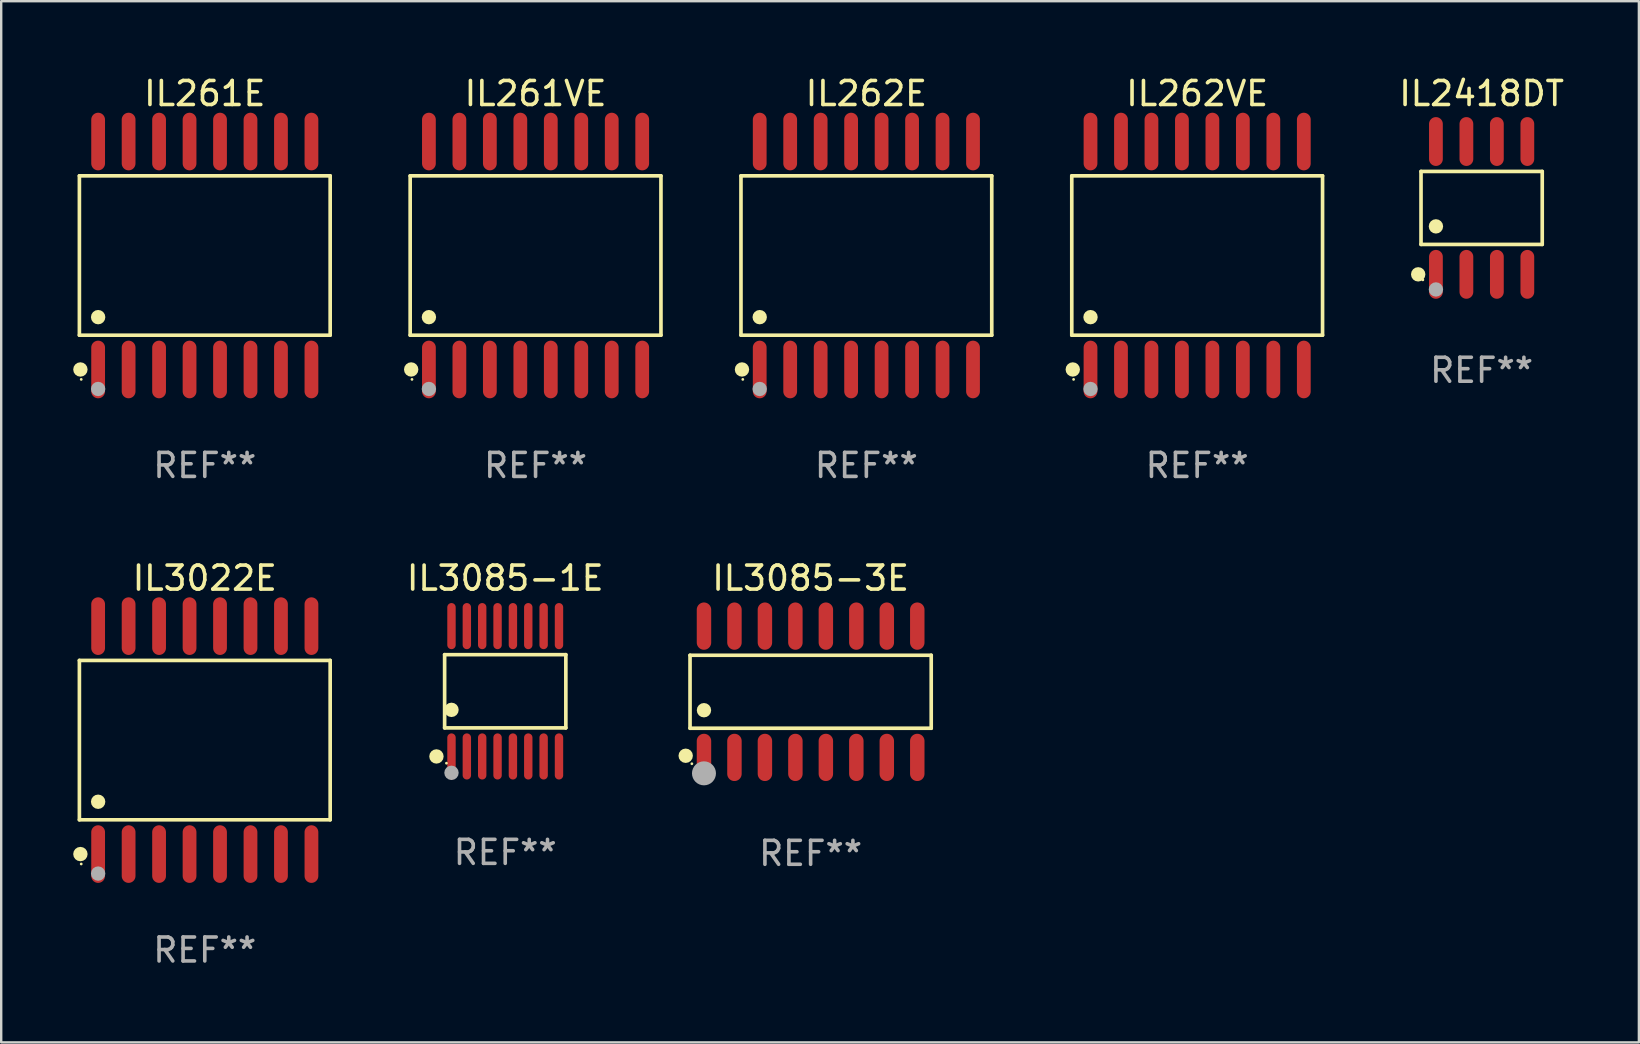
<source format=kicad_pcb>
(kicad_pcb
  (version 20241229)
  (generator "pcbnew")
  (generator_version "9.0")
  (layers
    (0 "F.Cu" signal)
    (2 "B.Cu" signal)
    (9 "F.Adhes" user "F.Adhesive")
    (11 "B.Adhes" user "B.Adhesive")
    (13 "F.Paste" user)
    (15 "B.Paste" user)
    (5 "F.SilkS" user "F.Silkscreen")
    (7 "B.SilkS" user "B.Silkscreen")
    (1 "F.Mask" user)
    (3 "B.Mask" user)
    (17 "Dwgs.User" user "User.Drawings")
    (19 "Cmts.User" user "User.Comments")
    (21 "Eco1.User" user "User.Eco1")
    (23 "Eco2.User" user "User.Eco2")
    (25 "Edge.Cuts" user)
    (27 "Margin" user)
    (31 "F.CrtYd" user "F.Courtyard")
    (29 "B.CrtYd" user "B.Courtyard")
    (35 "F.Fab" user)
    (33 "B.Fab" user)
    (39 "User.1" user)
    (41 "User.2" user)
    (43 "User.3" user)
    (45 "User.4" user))
  (footprint "IL3085-1E"
    (layer "F.Cu")
    (at 18.007 25.761)
    (property "Reference" "IL3085-1E" (at 0 -4.716 0) (layer "F.SilkS") (effects (font (size 1 1) (thickness 0.15))))
    (attr through_hole)
    (fp_line (start -2.526 -1.526) (end 2.526 -1.526) (stroke (width 0.152) (type solid)) (layer "F.SilkS"))
    (fp_line (start -2.526 1.526) (end -2.526 -1.526) (stroke (width 0.152) (type solid)) (layer "F.SilkS"))
    (fp_line (start 2.526 -1.526) (end 2.526 1.526) (stroke (width 0.152) (type solid)) (layer "F.SilkS"))
    (fp_line (start 2.526 1.526) (end -2.526 1.526) (stroke (width 0.152) (type solid)) (layer "F.SilkS"))
    (fp_circle (center -2.867 2.716) (end -2.717 2.716) (stroke (width 0.3) (type solid)) (fill no) (layer "F.SilkS"))
    (fp_circle (center -2.45 2.997) (end -2.42 2.997) (stroke (width 0.06) (type solid)) (fill no) (layer "F.SilkS"))
    (fp_circle (center -2.24 0.774) (end -2.09 0.774) (stroke (width 0.3) (type solid)) (fill no) (layer "F.SilkS"))
    (fp_circle (center -2.24 3.398) (end -2.09 3.398) (stroke (width 0.3) (type solid)) (fill no) (layer "F.Fab"))
    (fp_text user "REF**" (at 0 6.716 0) (layer "F.Fab") (effects (font (size 1 1) (thickness 0.15))))
    (pad "1" smd oval (at -2.24 2.716) (size 0.35 1.922) (layers "F.Cu" "F.Mask" "F.Paste"))
    (pad "2" smd oval (at -1.6 2.716) (size 0.35 1.922) (layers "F.Cu" "F.Mask" "F.Paste"))
    (pad "3" smd oval (at -0.96 2.716) (size 0.35 1.922) (layers "F.Cu" "F.Mask" "F.Paste"))
    (pad "4" smd oval (at -0.32 2.716) (size 0.35 1.922) (layers "F.Cu" "F.Mask" "F.Paste"))
    (pad "5" smd oval (at 0.32 2.716) (size 0.35 1.922) (layers "F.Cu" "F.Mask" "F.Paste"))
    (pad "6" smd oval (at 0.96 2.716) (size 0.35 1.922) (layers "F.Cu" "F.Mask" "F.Paste"))
    (pad "7" smd oval (at 1.6 2.716) (size 0.35 1.922) (layers "F.Cu" "F.Mask" "F.Paste"))
    (pad "8" smd oval (at 2.24 2.716) (size 0.35 1.922) (layers "F.Cu" "F.Mask" "F.Paste"))
    (pad "9" smd oval (at 2.24 -2.716) (size 0.35 1.922) (layers "F.Cu" "F.Mask" "F.Paste"))
    (pad "10" smd oval (at 1.6 -2.716) (size 0.35 1.922) (layers "F.Cu" "F.Mask" "F.Paste"))
    (pad "11" smd oval (at 0.96 -2.716) (size 0.35 1.922) (layers "F.Cu" "F.Mask" "F.Paste"))
    (pad "12" smd oval (at 0.32 -2.716) (size 0.35 1.922) (layers "F.Cu" "F.Mask" "F.Paste"))
    (pad "13" smd oval (at -0.32 -2.716) (size 0.35 1.922) (layers "F.Cu" "F.Mask" "F.Paste"))
    (pad "14" smd oval (at -0.96 -2.716) (size 0.35 1.922) (layers "F.Cu" "F.Mask" "F.Paste"))
    (pad "15" smd oval (at -1.6 -2.716) (size 0.35 1.922) (layers "F.Cu" "F.Mask" "F.Paste"))
    (pad "16" smd oval (at -2.24 -2.716) (size 0.35 1.922) (layers "F.Cu" "F.Mask" "F.Paste")))
  (footprint "IL3085-3E"
    (layer "F.Cu")
    (at 30.735 25.781)
    (property "Reference" "IL3085-3E" (at 0 -4.736 0) (layer "F.SilkS") (effects (font (size 1 1) (thickness 0.15))))
    (attr through_hole)
    (fp_line (start -5.026 -1.521) (end 5.026 -1.521) (stroke (width 0.152) (type solid)) (layer "F.SilkS"))
    (fp_line (start -5.026 1.521) (end -5.026 -1.521) (stroke (width 0.152) (type solid)) (layer "F.SilkS"))
    (fp_line (start 5.026 -1.521) (end 5.026 1.521) (stroke (width 0.152) (type solid)) (layer "F.SilkS"))
    (fp_line (start 5.026 1.521) (end -5.026 1.521) (stroke (width 0.152) (type solid)) (layer "F.SilkS"))
    (fp_circle (center -5.207 2.667) (end -5.057 2.667) (stroke (width 0.3) (type solid)) (fill no) (layer "F.SilkS"))
    (fp_circle (center -4.95 3) (end -4.92 3) (stroke (width 0.06) (type solid)) (fill no) (layer "F.SilkS"))
    (fp_circle (center -4.445 0.769) (end -4.295 0.769) (stroke (width 0.3) (type solid)) (fill no) (layer "F.SilkS"))
    (fp_circle (center -4.445 3.4) (end -4.195 3.4) (stroke (width 0.5) (type solid)) (fill no) (layer "F.Fab"))
    (fp_text user "REF**" (at 0 6.736 0) (layer "F.Fab") (effects (font (size 1 1) (thickness 0.15))))
    (pad "1" smd oval (at -4.445 2.736) (size 0.602 1.971) (layers "F.Cu" "F.Mask" "F.Paste"))
    (pad "2" smd oval (at -3.175 2.736) (size 0.602 1.971) (layers "F.Cu" "F.Mask" "F.Paste"))
    (pad "3" smd oval (at -1.905 2.736) (size 0.602 1.971) (layers "F.Cu" "F.Mask" "F.Paste"))
    (pad "4" smd oval (at -0.635 2.736) (size 0.602 1.971) (layers "F.Cu" "F.Mask" "F.Paste"))
    (pad "5" smd oval (at 0.635 2.736) (size 0.602 1.971) (layers "F.Cu" "F.Mask" "F.Paste"))
    (pad "6" smd oval (at 1.905 2.736) (size 0.602 1.971) (layers "F.Cu" "F.Mask" "F.Paste"))
    (pad "7" smd oval (at 3.175 2.736) (size 0.602 1.971) (layers "F.Cu" "F.Mask" "F.Paste"))
    (pad "8" smd oval (at 4.445 2.736) (size 0.602 1.971) (layers "F.Cu" "F.Mask" "F.Paste"))
    (pad "9" smd oval (at 4.445 -2.736) (size 0.602 1.971) (layers "F.Cu" "F.Mask" "F.Paste"))
    (pad "10" smd oval (at 3.175 -2.736) (size 0.602 1.971) (layers "F.Cu" "F.Mask" "F.Paste"))
    (pad "11" smd oval (at 1.905 -2.736) (size 0.602 1.971) (layers "F.Cu" "F.Mask" "F.Paste"))
    (pad "12" smd oval (at 0.635 -2.736) (size 0.602 1.971) (layers "F.Cu" "F.Mask" "F.Paste"))
    (pad "13" smd oval (at -0.635 -2.736) (size 0.602 1.971) (layers "F.Cu" "F.Mask" "F.Paste"))
    (pad "14" smd oval (at -1.905 -2.736) (size 0.602 1.971) (layers "F.Cu" "F.Mask" "F.Paste"))
    (pad "15" smd oval (at -3.175 -2.736) (size 0.602 1.971) (layers "F.Cu" "F.Mask" "F.Paste"))
    (pad "16" smd oval (at -4.445 -2.736) (size 0.602 1.971) (layers "F.Cu" "F.Mask" "F.Paste")))
  (footprint "IL3022E"
    (layer "F.Cu")
    (at 5.485 27.796)
    (property "Reference" "IL3022E" (at 0 -6.75 0) (layer "F.SilkS") (effects (font (size 1 1) (thickness 0.15))))
    (attr through_hole)
    (fp_line (start -5.226 -3.321) (end 5.226 -3.321) (stroke (width 0.152) (type solid)) (layer "F.SilkS"))
    (fp_line (start -5.226 3.321) (end -5.226 -3.321) (stroke (width 0.152) (type solid)) (layer "F.SilkS"))
    (fp_line (start 5.226 -3.321) (end 5.226 3.321) (stroke (width 0.152) (type solid)) (layer "F.SilkS"))
    (fp_line (start 5.226 3.321) (end -5.226 3.321) (stroke (width 0.152) (type solid)) (layer "F.SilkS"))
    (fp_circle (center -5.184 4.75) (end -5.034 4.75) (stroke (width 0.3) (type solid)) (fill no) (layer "F.SilkS"))
    (fp_circle (center -5.15 5.163) (end -5.12 5.163) (stroke (width 0.06) (type solid)) (fill no) (layer "F.SilkS"))
    (fp_circle (center -4.445 2.569) (end -4.295 2.569) (stroke (width 0.3) (type solid)) (fill no) (layer "F.SilkS"))
    (fp_circle (center -4.445 5.563) (end -4.295 5.563) (stroke (width 0.3) (type solid)) (fill no) (layer "F.Fab"))
    (fp_text user "REF**" (at 0 8.75 0) (layer "F.Fab") (effects (font (size 1 1) (thickness 0.15))))
    (pad "1" smd oval (at -4.445 4.75) (size 0.574 2.401) (layers "F.Cu" "F.Mask" "F.Paste"))
    (pad "2" smd oval (at -3.175 4.75) (size 0.574 2.401) (layers "F.Cu" "F.Mask" "F.Paste"))
    (pad "3" smd oval (at -1.905 4.75) (size 0.574 2.401) (layers "F.Cu" "F.Mask" "F.Paste"))
    (pad "4" smd oval (at -0.635 4.75) (size 0.574 2.401) (layers "F.Cu" "F.Mask" "F.Paste"))
    (pad "5" smd oval (at 0.635 4.75) (size 0.574 2.401) (layers "F.Cu" "F.Mask" "F.Paste"))
    (pad "6" smd oval (at 1.905 4.75) (size 0.574 2.401) (layers "F.Cu" "F.Mask" "F.Paste"))
    (pad "7" smd oval (at 3.175 4.75) (size 0.574 2.401) (layers "F.Cu" "F.Mask" "F.Paste"))
    (pad "8" smd oval (at 4.445 4.75) (size 0.574 2.401) (layers "F.Cu" "F.Mask" "F.Paste"))
    (pad "9" smd oval (at 4.445 -4.75) (size 0.574 2.401) (layers "F.Cu" "F.Mask" "F.Paste"))
    (pad "10" smd oval (at 3.175 -4.75) (size 0.574 2.401) (layers "F.Cu" "F.Mask" "F.Paste"))
    (pad "11" smd oval (at 1.905 -4.75) (size 0.574 2.401) (layers "F.Cu" "F.Mask" "F.Paste"))
    (pad "12" smd oval (at 0.635 -4.75) (size 0.574 2.401) (layers "F.Cu" "F.Mask" "F.Paste"))
    (pad "13" smd oval (at -0.635 -4.75) (size 0.574 2.401) (layers "F.Cu" "F.Mask" "F.Paste"))
    (pad "14" smd oval (at -1.905 -4.75) (size 0.574 2.401) (layers "F.Cu" "F.Mask" "F.Paste"))
    (pad "15" smd oval (at -3.175 -4.75) (size 0.574 2.401) (layers "F.Cu" "F.Mask" "F.Paste"))
    (pad "16" smd oval (at -4.445 -4.75) (size 0.574 2.401) (layers "F.Cu" "F.Mask" "F.Paste")))
  (footprint "IL261VE"
    (layer "F.Cu")
    (at 19.271 7.599)
    (property "Reference" "IL261VE" (at 0 -6.75 0) (layer "F.SilkS") (effects (font (size 1 1) (thickness 0.15))))
    (attr through_hole)
    (fp_line (start -5.226 -3.321) (end 5.226 -3.321) (stroke (width 0.152) (type solid)) (layer "F.SilkS"))
    (fp_line (start -5.226 3.321) (end -5.226 -3.321) (stroke (width 0.152) (type solid)) (layer "F.SilkS"))
    (fp_line (start 5.226 -3.321) (end 5.226 3.321) (stroke (width 0.152) (type solid)) (layer "F.SilkS"))
    (fp_line (start 5.226 3.321) (end -5.226 3.321) (stroke (width 0.152) (type solid)) (layer "F.SilkS"))
    (fp_circle (center -5.184 4.75) (end -5.034 4.75) (stroke (width 0.3) (type solid)) (fill no) (layer "F.SilkS"))
    (fp_circle (center -5.15 5.163) (end -5.12 5.163) (stroke (width 0.06) (type solid)) (fill no) (layer "F.SilkS"))
    (fp_circle (center -4.445 2.569) (end -4.295 2.569) (stroke (width 0.3) (type solid)) (fill no) (layer "F.SilkS"))
    (fp_circle (center -4.445 5.563) (end -4.295 5.563) (stroke (width 0.3) (type solid)) (fill no) (layer "F.Fab"))
    (fp_text user "REF**" (at 0 8.75 0) (layer "F.Fab") (effects (font (size 1 1) (thickness 0.15))))
    (pad "1" smd oval (at -4.445 4.75) (size 0.574 2.401) (layers "F.Cu" "F.Mask" "F.Paste"))
    (pad "2" smd oval (at -3.175 4.75) (size 0.574 2.401) (layers "F.Cu" "F.Mask" "F.Paste"))
    (pad "3" smd oval (at -1.905 4.75) (size 0.574 2.401) (layers "F.Cu" "F.Mask" "F.Paste"))
    (pad "4" smd oval (at -0.635 4.75) (size 0.574 2.401) (layers "F.Cu" "F.Mask" "F.Paste"))
    (pad "5" smd oval (at 0.635 4.75) (size 0.574 2.401) (layers "F.Cu" "F.Mask" "F.Paste"))
    (pad "6" smd oval (at 1.905 4.75) (size 0.574 2.401) (layers "F.Cu" "F.Mask" "F.Paste"))
    (pad "7" smd oval (at 3.175 4.75) (size 0.574 2.401) (layers "F.Cu" "F.Mask" "F.Paste"))
    (pad "8" smd oval (at 4.445 4.75) (size 0.574 2.401) (layers "F.Cu" "F.Mask" "F.Paste"))
    (pad "9" smd oval (at 4.445 -4.75) (size 0.574 2.401) (layers "F.Cu" "F.Mask" "F.Paste"))
    (pad "10" smd oval (at 3.175 -4.75) (size 0.574 2.401) (layers "F.Cu" "F.Mask" "F.Paste"))
    (pad "11" smd oval (at 1.905 -4.75) (size 0.574 2.401) (layers "F.Cu" "F.Mask" "F.Paste"))
    (pad "12" smd oval (at 0.635 -4.75) (size 0.574 2.401) (layers "F.Cu" "F.Mask" "F.Paste"))
    (pad "13" smd oval (at -0.635 -4.75) (size 0.574 2.401) (layers "F.Cu" "F.Mask" "F.Paste"))
    (pad "14" smd oval (at -1.905 -4.75) (size 0.574 2.401) (layers "F.Cu" "F.Mask" "F.Paste"))
    (pad "15" smd oval (at -3.175 -4.75) (size 0.574 2.401) (layers "F.Cu" "F.Mask" "F.Paste"))
    (pad "16" smd oval (at -4.445 -4.75) (size 0.574 2.401) (layers "F.Cu" "F.Mask" "F.Paste")))
  (footprint "IL2418DT"
    (layer "F.Cu")
    (at 58.701 5.616)
    (property "Reference" "IL2418DT" (at 0 -4.768 0) (layer "F.SilkS") (effects (font (size 1 1) (thickness 0.15))))
    (attr through_hole)
    (fp_line (start -2.526 -1.521) (end 2.526 -1.521) (stroke (width 0.152) (type solid)) (layer "F.SilkS"))
    (fp_line (start -2.526 1.521) (end -2.526 -1.521) (stroke (width 0.152) (type solid)) (layer "F.SilkS"))
    (fp_line (start 2.526 -1.521) (end 2.526 1.521) (stroke (width 0.152) (type solid)) (layer "F.SilkS"))
    (fp_line (start 2.526 1.521) (end -2.526 1.521) (stroke (width 0.152) (type solid)) (layer "F.SilkS"))
    (fp_circle (center -2.644 2.768) (end -2.494 2.768) (stroke (width 0.3) (type solid)) (fill no) (layer "F.SilkS"))
    (fp_circle (center -2.45 2.998) (end -2.42 2.998) (stroke (width 0.06) (type solid)) (fill no) (layer "F.SilkS"))
    (fp_circle (center -1.905 0.769) (end -1.755 0.769) (stroke (width 0.3) (type solid)) (fill no) (layer "F.SilkS"))
    (fp_circle (center -1.905 3.398) (end -1.755 3.398) (stroke (width 0.3) (type solid)) (fill no) (layer "F.Fab"))
    (fp_text user "REF**" (at 0 6.768 0) (layer "F.Fab") (effects (font (size 1 1) (thickness 0.15))))
    (pad "1" smd oval (at -1.905 2.768) (size 0.574 2.036) (layers "F.Cu" "F.Mask" "F.Paste"))
    (pad "2" smd oval (at -0.635 2.768) (size 0.574 2.036) (layers "F.Cu" "F.Mask" "F.Paste"))
    (pad "3" smd oval (at 0.635 2.768) (size 0.574 2.036) (layers "F.Cu" "F.Mask" "F.Paste"))
    (pad "4" smd oval (at 1.905 2.768) (size 0.574 2.036) (layers "F.Cu" "F.Mask" "F.Paste"))
    (pad "5" smd oval (at 1.905 -2.768) (size 0.574 2.036) (layers "F.Cu" "F.Mask" "F.Paste"))
    (pad "6" smd oval (at 0.635 -2.768) (size 0.574 2.036) (layers "F.Cu" "F.Mask" "F.Paste"))
    (pad "7" smd oval (at -0.635 -2.768) (size 0.574 2.036) (layers "F.Cu" "F.Mask" "F.Paste"))
    (pad "8" smd oval (at -1.905 -2.768) (size 0.574 2.036) (layers "F.Cu" "F.Mask" "F.Paste")))
  (footprint "IL261E"
    (layer "F.Cu")
    (at 5.485 7.599)
    (property "Reference" "IL261E" (at 0 -6.75 0) (layer "F.SilkS") (effects (font (size 1 1) (thickness 0.15))))
    (attr through_hole)
    (fp_line (start -5.226 -3.321) (end 5.226 -3.321) (stroke (width 0.152) (type solid)) (layer "F.SilkS"))
    (fp_line (start -5.226 3.321) (end -5.226 -3.321) (stroke (width 0.152) (type solid)) (layer "F.SilkS"))
    (fp_line (start 5.226 -3.321) (end 5.226 3.321) (stroke (width 0.152) (type solid)) (layer "F.SilkS"))
    (fp_line (start 5.226 3.321) (end -5.226 3.321) (stroke (width 0.152) (type solid)) (layer "F.SilkS"))
    (fp_circle (center -5.184 4.75) (end -5.034 4.75) (stroke (width 0.3) (type solid)) (fill no) (layer "F.SilkS"))
    (fp_circle (center -5.15 5.163) (end -5.12 5.163) (stroke (width 0.06) (type solid)) (fill no) (layer "F.SilkS"))
    (fp_circle (center -4.445 2.569) (end -4.295 2.569) (stroke (width 0.3) (type solid)) (fill no) (layer "F.SilkS"))
    (fp_circle (center -4.445 5.563) (end -4.295 5.563) (stroke (width 0.3) (type solid)) (fill no) (layer "F.Fab"))
    (fp_text user "REF**" (at 0 8.75 0) (layer "F.Fab") (effects (font (size 1 1) (thickness 0.15))))
    (pad "1" smd oval (at -4.445 4.75) (size 0.574 2.401) (layers "F.Cu" "F.Mask" "F.Paste"))
    (pad "2" smd oval (at -3.175 4.75) (size 0.574 2.401) (layers "F.Cu" "F.Mask" "F.Paste"))
    (pad "3" smd oval (at -1.905 4.75) (size 0.574 2.401) (layers "F.Cu" "F.Mask" "F.Paste"))
    (pad "4" smd oval (at -0.635 4.75) (size 0.574 2.401) (layers "F.Cu" "F.Mask" "F.Paste"))
    (pad "5" smd oval (at 0.635 4.75) (size 0.574 2.401) (layers "F.Cu" "F.Mask" "F.Paste"))
    (pad "6" smd oval (at 1.905 4.75) (size 0.574 2.401) (layers "F.Cu" "F.Mask" "F.Paste"))
    (pad "7" smd oval (at 3.175 4.75) (size 0.574 2.401) (layers "F.Cu" "F.Mask" "F.Paste"))
    (pad "8" smd oval (at 4.445 4.75) (size 0.574 2.401) (layers "F.Cu" "F.Mask" "F.Paste"))
    (pad "9" smd oval (at 4.445 -4.75) (size 0.574 2.401) (layers "F.Cu" "F.Mask" "F.Paste"))
    (pad "10" smd oval (at 3.175 -4.75) (size 0.574 2.401) (layers "F.Cu" "F.Mask" "F.Paste"))
    (pad "11" smd oval (at 1.905 -4.75) (size 0.574 2.401) (layers "F.Cu" "F.Mask" "F.Paste"))
    (pad "12" smd oval (at 0.635 -4.75) (size 0.574 2.401) (layers "F.Cu" "F.Mask" "F.Paste"))
    (pad "13" smd oval (at -0.635 -4.75) (size 0.574 2.401) (layers "F.Cu" "F.Mask" "F.Paste"))
    (pad "14" smd oval (at -1.905 -4.75) (size 0.574 2.401) (layers "F.Cu" "F.Mask" "F.Paste"))
    (pad "15" smd oval (at -3.175 -4.75) (size 0.574 2.401) (layers "F.Cu" "F.Mask" "F.Paste"))
    (pad "16" smd oval (at -4.445 -4.75) (size 0.574 2.401) (layers "F.Cu" "F.Mask" "F.Paste")))
  (footprint "IL262VE"
    (layer "F.Cu")
    (at 46.845 7.599)
    (property "Reference" "IL262VE" (at 0 -6.75 0) (layer "F.SilkS") (effects (font (size 1 1) (thickness 0.15))))
    (attr through_hole)
    (fp_line (start -5.226 -3.321) (end 5.226 -3.321) (stroke (width 0.152) (type solid)) (layer "F.SilkS"))
    (fp_line (start -5.226 3.321) (end -5.226 -3.321) (stroke (width 0.152) (type solid)) (layer "F.SilkS"))
    (fp_line (start 5.226 -3.321) (end 5.226 3.321) (stroke (width 0.152) (type solid)) (layer "F.SilkS"))
    (fp_line (start 5.226 3.321) (end -5.226 3.321) (stroke (width 0.152) (type solid)) (layer "F.SilkS"))
    (fp_circle (center -5.184 4.75) (end -5.034 4.75) (stroke (width 0.3) (type solid)) (fill no) (layer "F.SilkS"))
    (fp_circle (center -5.15 5.163) (end -5.12 5.163) (stroke (width 0.06) (type solid)) (fill no) (layer "F.SilkS"))
    (fp_circle (center -4.445 2.569) (end -4.295 2.569) (stroke (width 0.3) (type solid)) (fill no) (layer "F.SilkS"))
    (fp_circle (center -4.445 5.563) (end -4.295 5.563) (stroke (width 0.3) (type solid)) (fill no) (layer "F.Fab"))
    (fp_text user "REF**" (at 0 8.75 0) (layer "F.Fab") (effects (font (size 1 1) (thickness 0.15))))
    (pad "1" smd oval (at -4.445 4.75) (size 0.574 2.401) (layers "F.Cu" "F.Mask" "F.Paste"))
    (pad "2" smd oval (at -3.175 4.75) (size 0.574 2.401) (layers "F.Cu" "F.Mask" "F.Paste"))
    (pad "3" smd oval (at -1.905 4.75) (size 0.574 2.401) (layers "F.Cu" "F.Mask" "F.Paste"))
    (pad "4" smd oval (at -0.635 4.75) (size 0.574 2.401) (layers "F.Cu" "F.Mask" "F.Paste"))
    (pad "5" smd oval (at 0.635 4.75) (size 0.574 2.401) (layers "F.Cu" "F.Mask" "F.Paste"))
    (pad "6" smd oval (at 1.905 4.75) (size 0.574 2.401) (layers "F.Cu" "F.Mask" "F.Paste"))
    (pad "7" smd oval (at 3.175 4.75) (size 0.574 2.401) (layers "F.Cu" "F.Mask" "F.Paste"))
    (pad "8" smd oval (at 4.445 4.75) (size 0.574 2.401) (layers "F.Cu" "F.Mask" "F.Paste"))
    (pad "9" smd oval (at 4.445 -4.75) (size 0.574 2.401) (layers "F.Cu" "F.Mask" "F.Paste"))
    (pad "10" smd oval (at 3.175 -4.75) (size 0.574 2.401) (layers "F.Cu" "F.Mask" "F.Paste"))
    (pad "11" smd oval (at 1.905 -4.75) (size 0.574 2.401) (layers "F.Cu" "F.Mask" "F.Paste"))
    (pad "12" smd oval (at 0.635 -4.75) (size 0.574 2.401) (layers "F.Cu" "F.Mask" "F.Paste"))
    (pad "13" smd oval (at -0.635 -4.75) (size 0.574 2.401) (layers "F.Cu" "F.Mask" "F.Paste"))
    (pad "14" smd oval (at -1.905 -4.75) (size 0.574 2.401) (layers "F.Cu" "F.Mask" "F.Paste"))
    (pad "15" smd oval (at -3.175 -4.75) (size 0.574 2.401) (layers "F.Cu" "F.Mask" "F.Paste"))
    (pad "16" smd oval (at -4.445 -4.75) (size 0.574 2.401) (layers "F.Cu" "F.Mask" "F.Paste")))
  (footprint "IL262E"
    (layer "F.Cu")
    (at 33.058 7.599)
    (property "Reference" "IL262E" (at 0 -6.75 0) (layer "F.SilkS") (effects (font (size 1 1) (thickness 0.15))))
    (attr through_hole)
    (fp_line (start -5.226 -3.321) (end 5.226 -3.321) (stroke (width 0.152) (type solid)) (layer "F.SilkS"))
    (fp_line (start -5.226 3.321) (end -5.226 -3.321) (stroke (width 0.152) (type solid)) (layer "F.SilkS"))
    (fp_line (start 5.226 -3.321) (end 5.226 3.321) (stroke (width 0.152) (type solid)) (layer "F.SilkS"))
    (fp_line (start 5.226 3.321) (end -5.226 3.321) (stroke (width 0.152) (type solid)) (layer "F.SilkS"))
    (fp_circle (center -5.184 4.75) (end -5.034 4.75) (stroke (width 0.3) (type solid)) (fill no) (layer "F.SilkS"))
    (fp_circle (center -5.15 5.163) (end -5.12 5.163) (stroke (width 0.06) (type solid)) (fill no) (layer "F.SilkS"))
    (fp_circle (center -4.445 2.569) (end -4.295 2.569) (stroke (width 0.3) (type solid)) (fill no) (layer "F.SilkS"))
    (fp_circle (center -4.445 5.563) (end -4.295 5.563) (stroke (width 0.3) (type solid)) (fill no) (layer "F.Fab"))
    (fp_text user "REF**" (at 0 8.75 0) (layer "F.Fab") (effects (font (size 1 1) (thickness 0.15))))
    (pad "1" smd oval (at -4.445 4.75) (size 0.574 2.401) (layers "F.Cu" "F.Mask" "F.Paste"))
    (pad "2" smd oval (at -3.175 4.75) (size 0.574 2.401) (layers "F.Cu" "F.Mask" "F.Paste"))
    (pad "3" smd oval (at -1.905 4.75) (size 0.574 2.401) (layers "F.Cu" "F.Mask" "F.Paste"))
    (pad "4" smd oval (at -0.635 4.75) (size 0.574 2.401) (layers "F.Cu" "F.Mask" "F.Paste"))
    (pad "5" smd oval (at 0.635 4.75) (size 0.574 2.401) (layers "F.Cu" "F.Mask" "F.Paste"))
    (pad "6" smd oval (at 1.905 4.75) (size 0.574 2.401) (layers "F.Cu" "F.Mask" "F.Paste"))
    (pad "7" smd oval (at 3.175 4.75) (size 0.574 2.401) (layers "F.Cu" "F.Mask" "F.Paste"))
    (pad "8" smd oval (at 4.445 4.75) (size 0.574 2.401) (layers "F.Cu" "F.Mask" "F.Paste"))
    (pad "9" smd oval (at 4.445 -4.75) (size 0.574 2.401) (layers "F.Cu" "F.Mask" "F.Paste"))
    (pad "10" smd oval (at 3.175 -4.75) (size 0.574 2.401) (layers "F.Cu" "F.Mask" "F.Paste"))
    (pad "11" smd oval (at 1.905 -4.75) (size 0.574 2.401) (layers "F.Cu" "F.Mask" "F.Paste"))
    (pad "12" smd oval (at 0.635 -4.75) (size 0.574 2.401) (layers "F.Cu" "F.Mask" "F.Paste"))
    (pad "13" smd oval (at -0.635 -4.75) (size 0.574 2.401) (layers "F.Cu" "F.Mask" "F.Paste"))
    (pad "14" smd oval (at -1.905 -4.75) (size 0.574 2.401) (layers "F.Cu" "F.Mask" "F.Paste"))
    (pad "15" smd oval (at -3.175 -4.75) (size 0.574 2.401) (layers "F.Cu" "F.Mask" "F.Paste"))
    (pad "16" smd oval (at -4.445 -4.75) (size 0.574 2.401) (layers "F.Cu" "F.Mask" "F.Paste")))
  (gr_rect
    (start -3 -3)
    (end 65.255 40.394)
    (stroke (width 0.1) (type default))
    (fill no)
    (layer "Edge.Cuts")))
</source>
